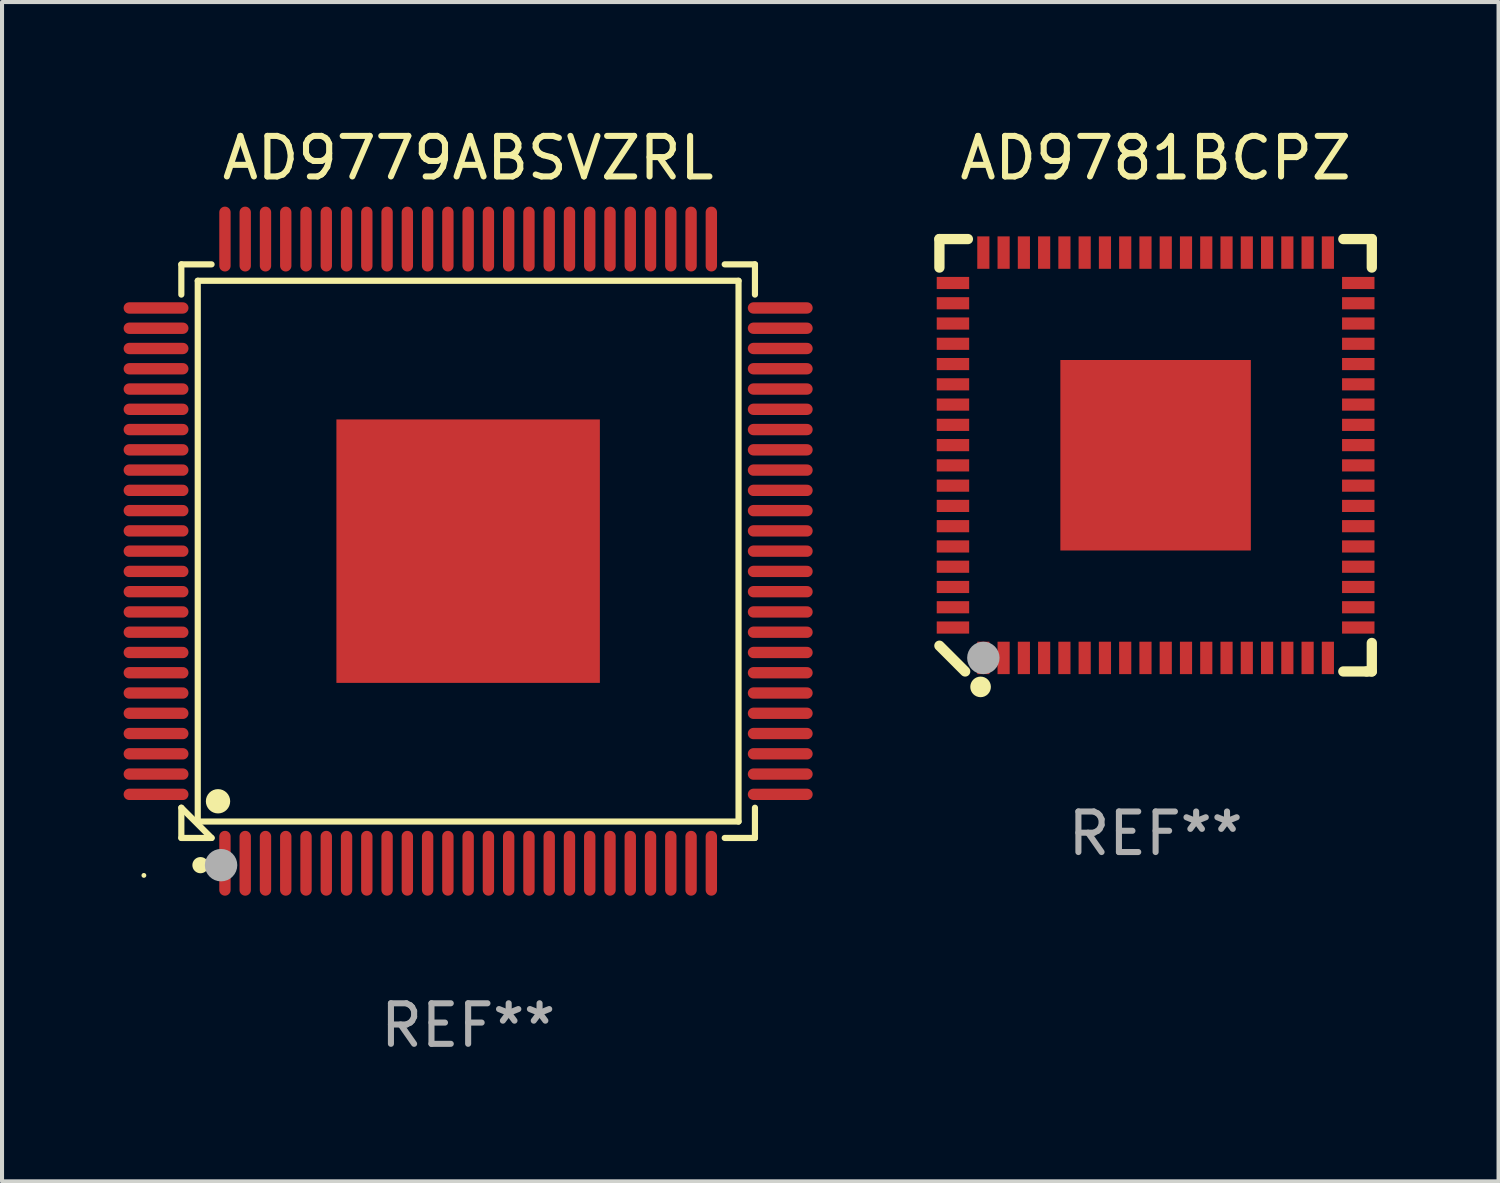
<source format=kicad_pcb>
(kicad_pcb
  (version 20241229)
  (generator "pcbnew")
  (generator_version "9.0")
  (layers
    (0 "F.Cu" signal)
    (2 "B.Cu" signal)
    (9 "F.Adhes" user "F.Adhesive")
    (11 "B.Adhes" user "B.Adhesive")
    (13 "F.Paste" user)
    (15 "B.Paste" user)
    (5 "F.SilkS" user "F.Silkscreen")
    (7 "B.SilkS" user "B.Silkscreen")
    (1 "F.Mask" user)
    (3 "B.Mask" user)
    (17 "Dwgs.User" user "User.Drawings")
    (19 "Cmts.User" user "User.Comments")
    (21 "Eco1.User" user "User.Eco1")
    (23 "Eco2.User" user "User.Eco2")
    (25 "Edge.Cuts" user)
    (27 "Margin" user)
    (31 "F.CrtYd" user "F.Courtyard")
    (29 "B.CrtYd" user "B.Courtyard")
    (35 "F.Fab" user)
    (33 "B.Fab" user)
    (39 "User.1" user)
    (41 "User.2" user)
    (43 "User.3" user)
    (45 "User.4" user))
  (footprint "AD9779ABSVZRL"
    (layer "F.Cu")
    (at 8.5 10.548)
    (property "Reference" "AD9779ABSVZRL" (at 0 -9.7 0) (layer "F.SilkS") (effects (font (size 1 1) (thickness 0.15))))
    (attr through_hole)
    (fp_line (start -7.076 -7.076) (end -6.33 -7.076) (stroke (width 0.152) (type solid)) (layer "F.SilkS"))
    (fp_line (start -7.076 -6.33) (end -7.076 -7.076) (stroke (width 0.152) (type solid)) (layer "F.SilkS"))
    (fp_line (start -7.076 6.33) (end -7.076 7.076) (stroke (width 0.152) (type solid)) (layer "F.SilkS"))
    (fp_line (start -7.076 7.076) (end -6.33 7.076) (stroke (width 0.152) (type solid)) (layer "F.SilkS"))
    (fp_line (start -6.671 -6.671) (end 6.671 -6.671) (stroke (width 0.152) (type solid)) (layer "F.SilkS"))
    (fp_line (start -6.671 6.671) (end -6.671 -6.671) (stroke (width 0.152) (type solid)) (layer "F.SilkS"))
    (fp_line (start -6.33 7.076) (end -7.076 6.33) (stroke (width 0.152) (type solid)) (layer "F.SilkS"))
    (fp_line (start 6.671 -6.671) (end 6.671 6.671) (stroke (width 0.152) (type solid)) (layer "F.SilkS"))
    (fp_line (start 6.671 6.671) (end -6.671 6.671) (stroke (width 0.152) (type solid)) (layer "F.SilkS"))
    (fp_line (start 7.076 -7.076) (end 6.33 -7.076) (stroke (width 0.152) (type solid)) (layer "F.SilkS"))
    (fp_line (start 7.076 -6.33) (end 7.076 -7.076) (stroke (width 0.152) (type solid)) (layer "F.SilkS"))
    (fp_line (start 7.076 6.33) (end 7.076 7.076) (stroke (width 0.152) (type solid)) (layer "F.SilkS"))
    (fp_line (start 7.076 7.076) (end 6.33 7.076) (stroke (width 0.152) (type solid)) (layer "F.SilkS"))
    (fp_circle (center -8 8) (end -7.97 8) (stroke (width 0.06) (type solid)) (fill no) (layer "F.SilkS"))
    (fp_circle (center -6.604 7.747) (end -6.504 7.747) (stroke (width 0.2) (type solid)) (fill no) (layer "F.SilkS"))
    (fp_circle (center -6.171 6.171) (end -6.021 6.171) (stroke (width 0.3) (type solid)) (fill no) (layer "F.SilkS"))
    (fp_circle (center -6.096 7.747) (end -5.896 7.747) (stroke (width 0.4) (type solid)) (fill no) (layer "F.Fab"))
    (fp_text user "REF**" (at 0 11.7 0) (layer "F.Fab") (effects (font (size 1 1) (thickness 0.15))))
    (pad "1" smd oval (at -6 7.7) (size 0.28 1.6) (layers "F.Cu" "F.Mask" "F.Paste"))
    (pad "2" smd oval (at -5.5 7.7) (size 0.28 1.6) (layers "F.Cu" "F.Mask" "F.Paste"))
    (pad "3" smd oval (at -5 7.7) (size 0.28 1.6) (layers "F.Cu" "F.Mask" "F.Paste"))
    (pad "4" smd oval (at -4.5 7.7) (size 0.28 1.6) (layers "F.Cu" "F.Mask" "F.Paste"))
    (pad "5" smd oval (at -4 7.7) (size 0.28 1.6) (layers "F.Cu" "F.Mask" "F.Paste"))
    (pad "6" smd oval (at -3.5 7.7) (size 0.28 1.6) (layers "F.Cu" "F.Mask" "F.Paste"))
    (pad "7" smd oval (at -3 7.7) (size 0.28 1.6) (layers "F.Cu" "F.Mask" "F.Paste"))
    (pad "8" smd oval (at -2.5 7.7) (size 0.28 1.6) (layers "F.Cu" "F.Mask" "F.Paste"))
    (pad "9" smd oval (at -2 7.7) (size 0.28 1.6) (layers "F.Cu" "F.Mask" "F.Paste"))
    (pad "10" smd oval (at -1.5 7.7) (size 0.28 1.6) (layers "F.Cu" "F.Mask" "F.Paste"))
    (pad "11" smd oval (at -1 7.7) (size 0.28 1.6) (layers "F.Cu" "F.Mask" "F.Paste"))
    (pad "12" smd oval (at -0.5 7.7) (size 0.28 1.6) (layers "F.Cu" "F.Mask" "F.Paste"))
    (pad "13" smd oval (at 0 7.7) (size 0.28 1.6) (layers "F.Cu" "F.Mask" "F.Paste"))
    (pad "14" smd oval (at 0.5 7.7) (size 0.28 1.6) (layers "F.Cu" "F.Mask" "F.Paste"))
    (pad "15" smd oval (at 1 7.7) (size 0.28 1.6) (layers "F.Cu" "F.Mask" "F.Paste"))
    (pad "16" smd oval (at 1.5 7.7) (size 0.28 1.6) (layers "F.Cu" "F.Mask" "F.Paste"))
    (pad "17" smd oval (at 2 7.7) (size 0.28 1.6) (layers "F.Cu" "F.Mask" "F.Paste"))
    (pad "18" smd oval (at 2.5 7.7) (size 0.28 1.6) (layers "F.Cu" "F.Mask" "F.Paste"))
    (pad "19" smd oval (at 3 7.7) (size 0.28 1.6) (layers "F.Cu" "F.Mask" "F.Paste"))
    (pad "20" smd oval (at 3.5 7.7) (size 0.28 1.6) (layers "F.Cu" "F.Mask" "F.Paste"))
    (pad "21" smd oval (at 4 7.7) (size 0.28 1.6) (layers "F.Cu" "F.Mask" "F.Paste"))
    (pad "22" smd oval (at 4.5 7.7) (size 0.28 1.6) (layers "F.Cu" "F.Mask" "F.Paste"))
    (pad "23" smd oval (at 5 7.7) (size 0.28 1.6) (layers "F.Cu" "F.Mask" "F.Paste"))
    (pad "24" smd oval (at 5.5 7.7) (size 0.28 1.6) (layers "F.Cu" "F.Mask" "F.Paste"))
    (pad "25" smd oval (at 6 7.7) (size 0.28 1.6) (layers "F.Cu" "F.Mask" "F.Paste"))
    (pad "26" smd oval (at 7.7 6) (size 1.6 0.28) (layers "F.Cu" "F.Mask" "F.Paste"))
    (pad "27" smd oval (at 7.7 5.5) (size 1.6 0.28) (layers "F.Cu" "F.Mask" "F.Paste"))
    (pad "28" smd oval (at 7.7 5) (size 1.6 0.28) (layers "F.Cu" "F.Mask" "F.Paste"))
    (pad "29" smd oval (at 7.7 4.5) (size 1.6 0.28) (layers "F.Cu" "F.Mask" "F.Paste"))
    (pad "30" smd oval (at 7.7 4) (size 1.6 0.28) (layers "F.Cu" "F.Mask" "F.Paste"))
    (pad "31" smd oval (at 7.7 3.5) (size 1.6 0.28) (layers "F.Cu" "F.Mask" "F.Paste"))
    (pad "32" smd oval (at 7.7 3) (size 1.6 0.28) (layers "F.Cu" "F.Mask" "F.Paste"))
    (pad "33" smd oval (at 7.7 2.5) (size 1.6 0.28) (layers "F.Cu" "F.Mask" "F.Paste"))
    (pad "34" smd oval (at 7.7 2) (size 1.6 0.28) (layers "F.Cu" "F.Mask" "F.Paste"))
    (pad "35" smd oval (at 7.7 1.5) (size 1.6 0.28) (layers "F.Cu" "F.Mask" "F.Paste"))
    (pad "36" smd oval (at 7.7 1) (size 1.6 0.28) (layers "F.Cu" "F.Mask" "F.Paste"))
    (pad "37" smd oval (at 7.7 0.5) (size 1.6 0.28) (layers "F.Cu" "F.Mask" "F.Paste"))
    (pad "38" smd oval (at 7.7 0) (size 1.6 0.28) (layers "F.Cu" "F.Mask" "F.Paste"))
    (pad "39" smd oval (at 7.7 -0.5) (size 1.6 0.28) (layers "F.Cu" "F.Mask" "F.Paste"))
    (pad "40" smd oval (at 7.7 -1) (size 1.6 0.28) (layers "F.Cu" "F.Mask" "F.Paste"))
    (pad "41" smd oval (at 7.7 -1.5) (size 1.6 0.28) (layers "F.Cu" "F.Mask" "F.Paste"))
    (pad "42" smd oval (at 7.7 -2) (size 1.6 0.28) (layers "F.Cu" "F.Mask" "F.Paste"))
    (pad "43" smd oval (at 7.7 -2.5) (size 1.6 0.28) (layers "F.Cu" "F.Mask" "F.Paste"))
    (pad "44" smd oval (at 7.7 -3) (size 1.6 0.28) (layers "F.Cu" "F.Mask" "F.Paste"))
    (pad "45" smd oval (at 7.7 -3.5) (size 1.6 0.28) (layers "F.Cu" "F.Mask" "F.Paste"))
    (pad "46" smd oval (at 7.7 -4) (size 1.6 0.28) (layers "F.Cu" "F.Mask" "F.Paste"))
    (pad "47" smd oval (at 7.7 -4.5) (size 1.6 0.28) (layers "F.Cu" "F.Mask" "F.Paste"))
    (pad "48" smd oval (at 7.7 -5) (size 1.6 0.28) (layers "F.Cu" "F.Mask" "F.Paste"))
    (pad "49" smd oval (at 7.7 -5.5) (size 1.6 0.28) (layers "F.Cu" "F.Mask" "F.Paste"))
    (pad "50" smd oval (at 7.7 -6) (size 1.6 0.28) (layers "F.Cu" "F.Mask" "F.Paste"))
    (pad "51" smd oval (at 6 -7.7) (size 0.28 1.6) (layers "F.Cu" "F.Mask" "F.Paste"))
    (pad "52" smd oval (at 5.5 -7.7) (size 0.28 1.6) (layers "F.Cu" "F.Mask" "F.Paste"))
    (pad "53" smd oval (at 5 -7.7) (size 0.28 1.6) (layers "F.Cu" "F.Mask" "F.Paste"))
    (pad "54" smd oval (at 4.5 -7.7) (size 0.28 1.6) (layers "F.Cu" "F.Mask" "F.Paste"))
    (pad "55" smd oval (at 4 -7.7) (size 0.28 1.6) (layers "F.Cu" "F.Mask" "F.Paste"))
    (pad "56" smd oval (at 3.5 -7.7) (size 0.28 1.6) (layers "F.Cu" "F.Mask" "F.Paste"))
    (pad "57" smd oval (at 3 -7.7) (size 0.28 1.6) (layers "F.Cu" "F.Mask" "F.Paste"))
    (pad "58" smd oval (at 2.5 -7.7) (size 0.28 1.6) (layers "F.Cu" "F.Mask" "F.Paste"))
    (pad "59" smd oval (at 2 -7.7) (size 0.28 1.6) (layers "F.Cu" "F.Mask" "F.Paste"))
    (pad "60" smd oval (at 1.5 -7.7) (size 0.28 1.6) (layers "F.Cu" "F.Mask" "F.Paste"))
    (pad "61" smd oval (at 1 -7.7) (size 0.28 1.6) (layers "F.Cu" "F.Mask" "F.Paste"))
    (pad "62" smd oval (at 0.5 -7.7) (size 0.28 1.6) (layers "F.Cu" "F.Mask" "F.Paste"))
    (pad "63" smd oval (at 0 -7.7) (size 0.28 1.6) (layers "F.Cu" "F.Mask" "F.Paste"))
    (pad "64" smd oval (at -0.5 -7.7) (size 0.28 1.6) (layers "F.Cu" "F.Mask" "F.Paste"))
    (pad "65" smd oval (at -1 -7.7) (size 0.28 1.6) (layers "F.Cu" "F.Mask" "F.Paste"))
    (pad "66" smd oval (at -1.5 -7.7) (size 0.28 1.6) (layers "F.Cu" "F.Mask" "F.Paste"))
    (pad "67" smd oval (at -2 -7.7) (size 0.28 1.6) (layers "F.Cu" "F.Mask" "F.Paste"))
    (pad "68" smd oval (at -2.5 -7.7) (size 0.28 1.6) (layers "F.Cu" "F.Mask" "F.Paste"))
    (pad "69" smd oval (at -3 -7.7) (size 0.28 1.6) (layers "F.Cu" "F.Mask" "F.Paste"))
    (pad "70" smd oval (at -3.5 -7.7) (size 0.28 1.6) (layers "F.Cu" "F.Mask" "F.Paste"))
    (pad "71" smd oval (at -4 -7.7) (size 0.28 1.6) (layers "F.Cu" "F.Mask" "F.Paste"))
    (pad "72" smd oval (at -4.5 -7.7) (size 0.28 1.6) (layers "F.Cu" "F.Mask" "F.Paste"))
    (pad "73" smd oval (at -5 -7.7) (size 0.28 1.6) (layers "F.Cu" "F.Mask" "F.Paste"))
    (pad "74" smd oval (at -5.5 -7.7) (size 0.28 1.6) (layers "F.Cu" "F.Mask" "F.Paste"))
    (pad "75" smd oval (at -6 -7.7) (size 0.28 1.6) (layers "F.Cu" "F.Mask" "F.Paste"))
    (pad "76" smd oval (at -7.7 -6) (size 1.6 0.28) (layers "F.Cu" "F.Mask" "F.Paste"))
    (pad "77" smd oval (at -7.7 -5.5) (size 1.6 0.28) (layers "F.Cu" "F.Mask" "F.Paste"))
    (pad "78" smd oval (at -7.7 -5) (size 1.6 0.28) (layers "F.Cu" "F.Mask" "F.Paste"))
    (pad "79" smd oval (at -7.7 -4.5) (size 1.6 0.28) (layers "F.Cu" "F.Mask" "F.Paste"))
    (pad "80" smd oval (at -7.7 -4) (size 1.6 0.28) (layers "F.Cu" "F.Mask" "F.Paste"))
    (pad "81" smd oval (at -7.7 -3.5) (size 1.6 0.28) (layers "F.Cu" "F.Mask" "F.Paste"))
    (pad "82" smd oval (at -7.7 -3) (size 1.6 0.28) (layers "F.Cu" "F.Mask" "F.Paste"))
    (pad "83" smd oval (at -7.7 -2.5) (size 1.6 0.28) (layers "F.Cu" "F.Mask" "F.Paste"))
    (pad "84" smd oval (at -7.7 -2) (size 1.6 0.28) (layers "F.Cu" "F.Mask" "F.Paste"))
    (pad "85" smd oval (at -7.7 -1.5) (size 1.6 0.28) (layers "F.Cu" "F.Mask" "F.Paste"))
    (pad "86" smd oval (at -7.7 -1) (size 1.6 0.28) (layers "F.Cu" "F.Mask" "F.Paste"))
    (pad "87" smd oval (at -7.7 -0.5) (size 1.6 0.28) (layers "F.Cu" "F.Mask" "F.Paste"))
    (pad "88" smd oval (at -7.7 0) (size 1.6 0.28) (layers "F.Cu" "F.Mask" "F.Paste"))
    (pad "89" smd oval (at -7.7 0.5) (size 1.6 0.28) (layers "F.Cu" "F.Mask" "F.Paste"))
    (pad "90" smd oval (at -7.7 1) (size 1.6 0.28) (layers "F.Cu" "F.Mask" "F.Paste"))
    (pad "91" smd oval (at -7.7 1.5) (size 1.6 0.28) (layers "F.Cu" "F.Mask" "F.Paste"))
    (pad "92" smd oval (at -7.7 2) (size 1.6 0.28) (layers "F.Cu" "F.Mask" "F.Paste"))
    (pad "93" smd oval (at -7.7 2.5) (size 1.6 0.28) (layers "F.Cu" "F.Mask" "F.Paste"))
    (pad "94" smd oval (at -7.7 3) (size 1.6 0.28) (layers "F.Cu" "F.Mask" "F.Paste"))
    (pad "95" smd oval (at -7.7 3.5) (size 1.6 0.28) (layers "F.Cu" "F.Mask" "F.Paste"))
    (pad "96" smd oval (at -7.7 4) (size 1.6 0.28) (layers "F.Cu" "F.Mask" "F.Paste"))
    (pad "97" smd oval (at -7.7 4.5) (size 1.6 0.28) (layers "F.Cu" "F.Mask" "F.Paste"))
    (pad "98" smd oval (at -7.7 5) (size 1.6 0.28) (layers "F.Cu" "F.Mask" "F.Paste"))
    (pad "99" smd oval (at -7.7 5.5) (size 1.6 0.28) (layers "F.Cu" "F.Mask" "F.Paste"))
    (pad "100" smd oval (at -7.7 6) (size 1.6 0.28) (layers "F.Cu" "F.Mask" "F.Paste"))
    (pad "101" smd rect (at 0 0) (size 6.5 6.5) (layers "F.Cu" "F.Mask" "F.Paste")))
  (footprint "AD9781BCPZ"
    (layer "F.Cu")
    (at 25.461 8.182)
    (property "Reference" "AD9781BCPZ" (at 0 -7.334 0) (layer "F.SilkS") (effects (font (size 1 1) (thickness 0.15))))
    (attr through_hole)
    (fp_line (start -5.334 -5.334) (end -4.631 -5.334) (stroke (width 0.254) (type solid)) (layer "F.SilkS"))
    (fp_line (start -5.334 -4.631) (end -5.334 -5.334) (stroke (width 0.254) (type solid)) (layer "F.SilkS"))
    (fp_line (start -5.334 4.699) (end -4.699 5.334) (stroke (width 0.254) (type solid)) (layer "F.SilkS"))
    (fp_line (start 4.631 5.334) (end 5.207 5.334) (stroke (width 0.254) (type solid)) (layer "F.SilkS"))
    (fp_line (start 5.207 5.334) (end 5.334 5.334) (stroke (width 0.254) (type solid)) (layer "F.SilkS"))
    (fp_line (start 5.334 -5.334) (end 4.631 -5.334) (stroke (width 0.254) (type solid)) (layer "F.SilkS"))
    (fp_line (start 5.334 -4.631) (end 5.334 -5.334) (stroke (width 0.254) (type solid)) (layer "F.SilkS"))
    (fp_line (start 5.334 5.334) (end 5.334 4.631) (stroke (width 0.254) (type solid)) (layer "F.SilkS"))
    (fp_circle (center -5 5) (end -4.97 5) (stroke (width 0.06) (type solid)) (fill no) (layer "F.SilkS"))
    (fp_circle (center -4.318 5.715) (end -4.191 5.715) (stroke (width 0.254) (type solid)) (fill no) (layer "F.SilkS"))
    (fp_circle (center -4.25 5) (end -4.05 5) (stroke (width 0.4) (type solid)) (fill no) (layer "F.Fab"))
    (fp_text user "REF**" (at 0 9.334 0) (layer "F.Fab") (effects (font (size 1 1) (thickness 0.15))))
    (pad "1" smd rect (at -4.25 5 90) (size 0.8 0.3) (layers "F.Cu" "F.Mask" "F.Paste"))
    (pad "2" smd rect (at -3.75 5 90) (size 0.8 0.3) (layers "F.Cu" "F.Mask" "F.Paste"))
    (pad "3" smd rect (at -3.25 5 90) (size 0.8 0.3) (layers "F.Cu" "F.Mask" "F.Paste"))
    (pad "4" smd rect (at -2.75 5 90) (size 0.8 0.3) (layers "F.Cu" "F.Mask" "F.Paste"))
    (pad "5" smd rect (at -2.25 5 90) (size 0.8 0.3) (layers "F.Cu" "F.Mask" "F.Paste"))
    (pad "6" smd rect (at -1.75 5 90) (size 0.8 0.3) (layers "F.Cu" "F.Mask" "F.Paste"))
    (pad "7" smd rect (at -1.25 5 90) (size 0.8 0.3) (layers "F.Cu" "F.Mask" "F.Paste"))
    (pad "8" smd rect (at -0.75 5 90) (size 0.8 0.3) (layers "F.Cu" "F.Mask" "F.Paste"))
    (pad "9" smd rect (at -0.25 5 90) (size 0.8 0.3) (layers "F.Cu" "F.Mask" "F.Paste"))
    (pad "10" smd rect (at 0.25 5 90) (size 0.8 0.3) (layers "F.Cu" "F.Mask" "F.Paste"))
    (pad "11" smd rect (at 0.75 5 90) (size 0.8 0.3) (layers "F.Cu" "F.Mask" "F.Paste"))
    (pad "12" smd rect (at 1.25 5 90) (size 0.8 0.3) (layers "F.Cu" "F.Mask" "F.Paste"))
    (pad "13" smd rect (at 1.75 5 90) (size 0.8 0.3) (layers "F.Cu" "F.Mask" "F.Paste"))
    (pad "14" smd rect (at 2.25 5 90) (size 0.8 0.3) (layers "F.Cu" "F.Mask" "F.Paste"))
    (pad "15" smd rect (at 2.75 5 90) (size 0.8 0.3) (layers "F.Cu" "F.Mask" "F.Paste"))
    (pad "16" smd rect (at 3.25 5 90) (size 0.8 0.3) (layers "F.Cu" "F.Mask" "F.Paste"))
    (pad "17" smd rect (at 3.75 5 90) (size 0.8 0.3) (layers "F.Cu" "F.Mask" "F.Paste"))
    (pad "18" smd rect (at 4.25 5 90) (size 0.8 0.3) (layers "F.Cu" "F.Mask" "F.Paste"))
    (pad "19" smd rect (at 5 4.25 180) (size 0.8 0.3) (layers "F.Cu" "F.Mask" "F.Paste"))
    (pad "20" smd rect (at 5 3.75 180) (size 0.8 0.3) (layers "F.Cu" "F.Mask" "F.Paste"))
    (pad "21" smd rect (at 5 3.25 180) (size 0.8 0.3) (layers "F.Cu" "F.Mask" "F.Paste"))
    (pad "22" smd rect (at 5 2.75 180) (size 0.8 0.3) (layers "F.Cu" "F.Mask" "F.Paste"))
    (pad "23" smd rect (at 5 2.25 180) (size 0.8 0.3) (layers "F.Cu" "F.Mask" "F.Paste"))
    (pad "24" smd rect (at 5 1.75 180) (size 0.8 0.3) (layers "F.Cu" "F.Mask" "F.Paste"))
    (pad "25" smd rect (at 5 1.25 180) (size 0.8 0.3) (layers "F.Cu" "F.Mask" "F.Paste"))
    (pad "26" smd rect (at 5 0.75 180) (size 0.8 0.3) (layers "F.Cu" "F.Mask" "F.Paste"))
    (pad "27" smd rect (at 5 0.25 180) (size 0.8 0.3) (layers "F.Cu" "F.Mask" "F.Paste"))
    (pad "28" smd rect (at 5 -0.25 180) (size 0.8 0.3) (layers "F.Cu" "F.Mask" "F.Paste"))
    (pad "29" smd rect (at 5 -0.75 180) (size 0.8 0.3) (layers "F.Cu" "F.Mask" "F.Paste"))
    (pad "30" smd rect (at 5 -1.25 180) (size 0.8 0.3) (layers "F.Cu" "F.Mask" "F.Paste"))
    (pad "31" smd rect (at 5 -1.75 180) (size 0.8 0.3) (layers "F.Cu" "F.Mask" "F.Paste"))
    (pad "32" smd rect (at 5 -2.25 180) (size 0.8 0.3) (layers "F.Cu" "F.Mask" "F.Paste"))
    (pad "33" smd rect (at 5 -2.75 180) (size 0.8 0.3) (layers "F.Cu" "F.Mask" "F.Paste"))
    (pad "34" smd rect (at 5 -3.25 180) (size 0.8 0.3) (layers "F.Cu" "F.Mask" "F.Paste"))
    (pad "35" smd rect (at 5 -3.75 180) (size 0.8 0.3) (layers "F.Cu" "F.Mask" "F.Paste"))
    (pad "36" smd rect (at 5 -4.25 180) (size 0.8 0.3) (layers "F.Cu" "F.Mask" "F.Paste"))
    (pad "37" smd rect (at 4.25 -5 270) (size 0.8 0.3) (layers "F.Cu" "F.Mask" "F.Paste"))
    (pad "38" smd rect (at 3.75 -5 270) (size 0.8 0.3) (layers "F.Cu" "F.Mask" "F.Paste"))
    (pad "39" smd rect (at 3.25 -5 270) (size 0.8 0.3) (layers "F.Cu" "F.Mask" "F.Paste"))
    (pad "40" smd rect (at 2.75 -5 270) (size 0.8 0.3) (layers "F.Cu" "F.Mask" "F.Paste"))
    (pad "41" smd rect (at 2.25 -5 270) (size 0.8 0.3) (layers "F.Cu" "F.Mask" "F.Paste"))
    (pad "42" smd rect (at 1.75 -5 270) (size 0.8 0.3) (layers "F.Cu" "F.Mask" "F.Paste"))
    (pad "43" smd rect (at 1.25 -5 270) (size 0.8 0.3) (layers "F.Cu" "F.Mask" "F.Paste"))
    (pad "44" smd rect (at 0.75 -5 270) (size 0.8 0.3) (layers "F.Cu" "F.Mask" "F.Paste"))
    (pad "45" smd rect (at 0.25 -5 270) (size 0.8 0.3) (layers "F.Cu" "F.Mask" "F.Paste"))
    (pad "46" smd rect (at -0.25 -5 270) (size 0.8 0.3) (layers "F.Cu" "F.Mask" "F.Paste"))
    (pad "47" smd rect (at -0.75 -5 270) (size 0.8 0.3) (layers "F.Cu" "F.Mask" "F.Paste"))
    (pad "48" smd rect (at -1.25 -5 270) (size 0.8 0.3) (layers "F.Cu" "F.Mask" "F.Paste"))
    (pad "49" smd rect (at -1.75 -5 270) (size 0.8 0.3) (layers "F.Cu" "F.Mask" "F.Paste"))
    (pad "50" smd rect (at -2.25 -5 270) (size 0.8 0.3) (layers "F.Cu" "F.Mask" "F.Paste"))
    (pad "51" smd rect (at -2.75 -5 270) (size 0.8 0.3) (layers "F.Cu" "F.Mask" "F.Paste"))
    (pad "52" smd rect (at -3.25 -5 270) (size 0.8 0.3) (layers "F.Cu" "F.Mask" "F.Paste"))
    (pad "53" smd rect (at -3.75 -5 270) (size 0.8 0.3) (layers "F.Cu" "F.Mask" "F.Paste"))
    (pad "54" smd rect (at -4.25 -5 270) (size 0.8 0.3) (layers "F.Cu" "F.Mask" "F.Paste"))
    (pad "55" smd rect (at -5 -4.25) (size 0.8 0.3) (layers "F.Cu" "F.Mask" "F.Paste"))
    (pad "56" smd rect (at -5 -3.75) (size 0.8 0.3) (layers "F.Cu" "F.Mask" "F.Paste"))
    (pad "57" smd rect (at -5 -3.25) (size 0.8 0.3) (layers "F.Cu" "F.Mask" "F.Paste"))
    (pad "58" smd rect (at -5 -2.75) (size 0.8 0.3) (layers "F.Cu" "F.Mask" "F.Paste"))
    (pad "59" smd rect (at -5 -2.25) (size 0.8 0.3) (layers "F.Cu" "F.Mask" "F.Paste"))
    (pad "60" smd rect (at -5 -1.75) (size 0.8 0.3) (layers "F.Cu" "F.Mask" "F.Paste"))
    (pad "61" smd rect (at -5 -1.25) (size 0.8 0.3) (layers "F.Cu" "F.Mask" "F.Paste"))
    (pad "62" smd rect (at -5 -0.75) (size 0.8 0.3) (layers "F.Cu" "F.Mask" "F.Paste"))
    (pad "63" smd rect (at -5 -0.25) (size 0.8 0.3) (layers "F.Cu" "F.Mask" "F.Paste"))
    (pad "64" smd rect (at -5 0.25) (size 0.8 0.3) (layers "F.Cu" "F.Mask" "F.Paste"))
    (pad "65" smd rect (at -5 0.75) (size 0.8 0.3) (layers "F.Cu" "F.Mask" "F.Paste"))
    (pad "66" smd rect (at -5 1.25) (size 0.8 0.3) (layers "F.Cu" "F.Mask" "F.Paste"))
    (pad "67" smd rect (at -5 1.75) (size 0.8 0.3) (layers "F.Cu" "F.Mask" "F.Paste"))
    (pad "68" smd rect (at -5 2.25) (size 0.8 0.3) (layers "F.Cu" "F.Mask" "F.Paste"))
    (pad "69" smd rect (at -5 2.75) (size 0.8 0.3) (layers "F.Cu" "F.Mask" "F.Paste"))
    (pad "70" smd rect (at -5 3.25) (size 0.8 0.3) (layers "F.Cu" "F.Mask" "F.Paste"))
    (pad "71" smd rect (at -5 3.75) (size 0.8 0.3) (layers "F.Cu" "F.Mask" "F.Paste"))
    (pad "72" smd rect (at -5 4.25) (size 0.8 0.3) (layers "F.Cu" "F.Mask" "F.Paste"))
    (pad "73" smd rect (at -0.000127 0 180) (size 4.7 4.7) (layers "F.Cu" "F.Mask" "F.Paste")))
  (gr_rect
    (start -3 -3)
    (end 33.922 26.097)
    (stroke (width 0.1) (type default))
    (fill no)
    (layer "Edge.Cuts")))
</source>
